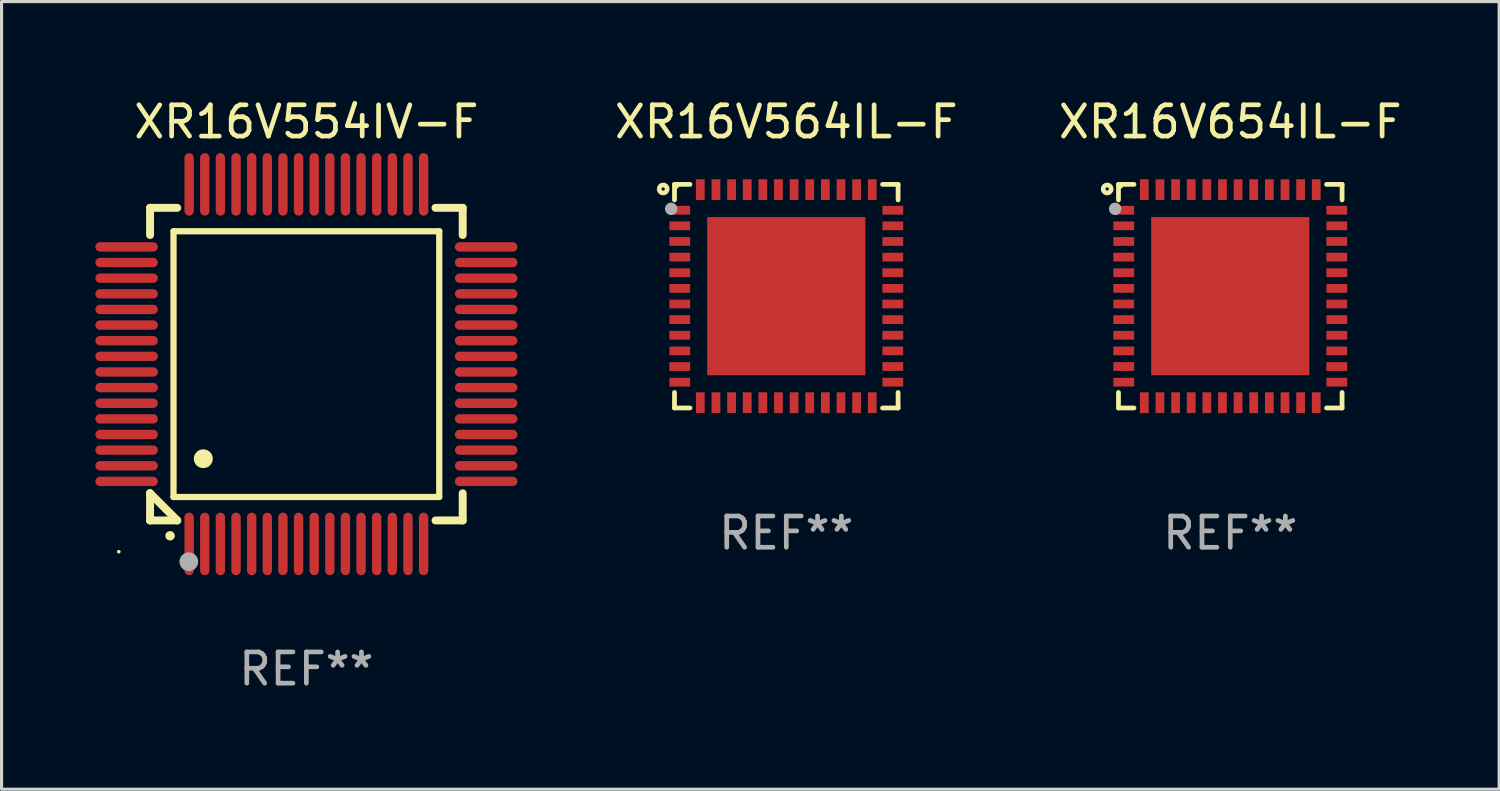
<source format=kicad_pcb>
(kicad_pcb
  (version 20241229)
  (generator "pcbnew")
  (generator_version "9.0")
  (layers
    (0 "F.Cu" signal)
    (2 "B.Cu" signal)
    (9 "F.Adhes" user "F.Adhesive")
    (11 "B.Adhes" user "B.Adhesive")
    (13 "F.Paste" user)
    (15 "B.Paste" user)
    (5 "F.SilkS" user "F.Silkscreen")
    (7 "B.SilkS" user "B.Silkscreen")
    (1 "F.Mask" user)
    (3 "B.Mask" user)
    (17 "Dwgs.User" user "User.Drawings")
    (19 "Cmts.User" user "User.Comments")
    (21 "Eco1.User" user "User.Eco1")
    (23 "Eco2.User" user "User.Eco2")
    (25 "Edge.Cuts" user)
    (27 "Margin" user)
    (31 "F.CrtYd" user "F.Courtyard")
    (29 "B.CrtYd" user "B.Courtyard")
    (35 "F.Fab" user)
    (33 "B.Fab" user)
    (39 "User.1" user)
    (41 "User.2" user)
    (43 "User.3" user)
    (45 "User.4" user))
  (footprint "XR16V564IL-F"
    (layer "F.Cu")
    (at 22.101 6.424)
    (property "Reference" "XR16V564IL-F" (at 0 -5.576 0) (layer "F.SilkS") (effects (font (size 1 1) (thickness 0.15))))
    (attr through_hole)
    (fp_line (start -3.576 -3.576) (end -3.576 -3.08) (stroke (width 0.152) (type solid)) (layer "F.SilkS"))
    (fp_line (start -3.576 3.576) (end -3.576 3.08) (stroke (width 0.152) (type solid)) (layer "F.SilkS"))
    (fp_line (start -3.08 -3.576) (end -3.576 -3.576) (stroke (width 0.152) (type solid)) (layer "F.SilkS"))
    (fp_line (start -3.08 3.576) (end -3.576 3.576) (stroke (width 0.152) (type solid)) (layer "F.SilkS"))
    (fp_line (start 3.08 -3.576) (end 3.576 -3.576) (stroke (width 0.152) (type solid)) (layer "F.SilkS"))
    (fp_line (start 3.08 3.576) (end 3.576 3.576) (stroke (width 0.152) (type solid)) (layer "F.SilkS"))
    (fp_line (start 3.576 -3.576) (end 3.576 -3.08) (stroke (width 0.152) (type solid)) (layer "F.SilkS"))
    (fp_line (start 3.576 3.576) (end 3.576 3.08) (stroke (width 0.152) (type solid)) (layer "F.SilkS"))
    (fp_circle (center -3.937 -3.429) (end -3.81 -3.429) (stroke (width 0.15) (type solid)) (fill no) (layer "F.SilkS"))
    (fp_circle (center -3.5 -3.5) (end -3.47 -3.5) (stroke (width 0.06) (type solid)) (fill no) (layer "F.SilkS"))
    (fp_circle (center -3.683 -2.794) (end -3.583 -2.794) (stroke (width 0.2) (type solid)) (fill no) (layer "F.Fab"))
    (fp_text user "REF**" (at 0 7.576 0) (layer "F.Fab") (effects (font (size 1 1) (thickness 0.15))))
    (pad "1" smd rect (at -3.407 -2.75) (size 0.665 0.28) (layers "F.Cu" "F.Mask" "F.Paste"))
    (pad "2" smd rect (at -3.407 -2.25) (size 0.665 0.28) (layers "F.Cu" "F.Mask" "F.Paste"))
    (pad "3" smd rect (at -3.407 -1.75) (size 0.665 0.28) (layers "F.Cu" "F.Mask" "F.Paste"))
    (pad "4" smd rect (at -3.407 -1.25) (size 0.665 0.28) (layers "F.Cu" "F.Mask" "F.Paste"))
    (pad "5" smd rect (at -3.407 -0.75) (size 0.665 0.28) (layers "F.Cu" "F.Mask" "F.Paste"))
    (pad "6" smd rect (at -3.407 -0.25) (size 0.665 0.28) (layers "F.Cu" "F.Mask" "F.Paste"))
    (pad "7" smd rect (at -3.407 0.25) (size 0.665 0.28) (layers "F.Cu" "F.Mask" "F.Paste"))
    (pad "8" smd rect (at -3.407 0.75) (size 0.665 0.28) (layers "F.Cu" "F.Mask" "F.Paste"))
    (pad "9" smd rect (at -3.407 1.25) (size 0.665 0.28) (layers "F.Cu" "F.Mask" "F.Paste"))
    (pad "10" smd rect (at -3.407 1.75) (size 0.665 0.28) (layers "F.Cu" "F.Mask" "F.Paste"))
    (pad "11" smd rect (at -3.407 2.25) (size 0.665 0.28) (layers "F.Cu" "F.Mask" "F.Paste"))
    (pad "12" smd rect (at -3.407 2.75) (size 0.665 0.28) (layers "F.Cu" "F.Mask" "F.Paste"))
    (pad "13" smd rect (at -2.75 3.407) (size 0.28 0.665) (layers "F.Cu" "F.Mask" "F.Paste"))
    (pad "14" smd rect (at -2.25 3.407) (size 0.28 0.665) (layers "F.Cu" "F.Mask" "F.Paste"))
    (pad "15" smd rect (at -1.75 3.407) (size 0.28 0.665) (layers "F.Cu" "F.Mask" "F.Paste"))
    (pad "16" smd rect (at -1.25 3.407) (size 0.28 0.665) (layers "F.Cu" "F.Mask" "F.Paste"))
    (pad "17" smd rect (at -0.75 3.407) (size 0.28 0.665) (layers "F.Cu" "F.Mask" "F.Paste"))
    (pad "18" smd rect (at -0.25 3.407) (size 0.28 0.665) (layers "F.Cu" "F.Mask" "F.Paste"))
    (pad "19" smd rect (at 0.25 3.407) (size 0.28 0.665) (layers "F.Cu" "F.Mask" "F.Paste"))
    (pad "20" smd rect (at 0.75 3.407) (size 0.28 0.665) (layers "F.Cu" "F.Mask" "F.Paste"))
    (pad "21" smd rect (at 1.25 3.407) (size 0.28 0.665) (layers "F.Cu" "F.Mask" "F.Paste"))
    (pad "22" smd rect (at 1.75 3.407) (size 0.28 0.665) (layers "F.Cu" "F.Mask" "F.Paste"))
    (pad "23" smd rect (at 2.25 3.407) (size 0.28 0.665) (layers "F.Cu" "F.Mask" "F.Paste"))
    (pad "24" smd rect (at 2.75 3.407) (size 0.28 0.665) (layers "F.Cu" "F.Mask" "F.Paste"))
    (pad "25" smd rect (at 3.407 2.75) (size 0.665 0.28) (layers "F.Cu" "F.Mask" "F.Paste"))
    (pad "26" smd rect (at 3.407 2.25) (size 0.665 0.28) (layers "F.Cu" "F.Mask" "F.Paste"))
    (pad "27" smd rect (at 3.407 1.75) (size 0.665 0.28) (layers "F.Cu" "F.Mask" "F.Paste"))
    (pad "28" smd rect (at 3.407 1.25) (size 0.665 0.28) (layers "F.Cu" "F.Mask" "F.Paste"))
    (pad "29" smd rect (at 3.407 0.75) (size 0.665 0.28) (layers "F.Cu" "F.Mask" "F.Paste"))
    (pad "30" smd rect (at 3.407 0.25) (size 0.665 0.28) (layers "F.Cu" "F.Mask" "F.Paste"))
    (pad "31" smd rect (at 3.407 -0.25) (size 0.665 0.28) (layers "F.Cu" "F.Mask" "F.Paste"))
    (pad "32" smd rect (at 3.407 -0.75) (size 0.665 0.28) (layers "F.Cu" "F.Mask" "F.Paste"))
    (pad "33" smd rect (at 3.407 -1.25) (size 0.665 0.28) (layers "F.Cu" "F.Mask" "F.Paste"))
    (pad "34" smd rect (at 3.407 -1.75) (size 0.665 0.28) (layers "F.Cu" "F.Mask" "F.Paste"))
    (pad "35" smd rect (at 3.407 -2.25) (size 0.665 0.28) (layers "F.Cu" "F.Mask" "F.Paste"))
    (pad "36" smd rect (at 3.407 -2.75) (size 0.665 0.28) (layers "F.Cu" "F.Mask" "F.Paste"))
    (pad "37" smd rect (at 2.75 -3.407) (size 0.28 0.665) (layers "F.Cu" "F.Mask" "F.Paste"))
    (pad "38" smd rect (at 2.25 -3.407) (size 0.28 0.665) (layers "F.Cu" "F.Mask" "F.Paste"))
    (pad "39" smd rect (at 1.75 -3.407) (size 0.28 0.665) (layers "F.Cu" "F.Mask" "F.Paste"))
    (pad "40" smd rect (at 1.25 -3.407) (size 0.28 0.665) (layers "F.Cu" "F.Mask" "F.Paste"))
    (pad "41" smd rect (at 0.75 -3.407) (size 0.28 0.665) (layers "F.Cu" "F.Mask" "F.Paste"))
    (pad "42" smd rect (at 0.25 -3.407) (size 0.28 0.665) (layers "F.Cu" "F.Mask" "F.Paste"))
    (pad "43" smd rect (at -0.25 -3.407) (size 0.28 0.665) (layers "F.Cu" "F.Mask" "F.Paste"))
    (pad "44" smd rect (at -0.75 -3.407) (size 0.28 0.665) (layers "F.Cu" "F.Mask" "F.Paste"))
    (pad "45" smd rect (at -1.25 -3.407) (size 0.28 0.665) (layers "F.Cu" "F.Mask" "F.Paste"))
    (pad "46" smd rect (at -1.75 -3.407) (size 0.28 0.665) (layers "F.Cu" "F.Mask" "F.Paste"))
    (pad "47" smd rect (at -2.25 -3.407) (size 0.28 0.665) (layers "F.Cu" "F.Mask" "F.Paste"))
    (pad "48" smd rect (at -2.75 -3.407) (size 0.28 0.665) (layers "F.Cu" "F.Mask" "F.Paste"))
    (pad "49" smd rect (at 0 0) (size 5.06 5.06) (layers "F.Cu" "F.Mask" "F.Paste")))
  (footprint "XR16V554IV-F"
    (layer "F.Cu")
    (at 6.75 8.598)
    (property "Reference" "XR16V554IV-F" (at 0 -7.75 0) (layer "F.SilkS") (effects (font (size 1 1) (thickness 0.15))))
    (attr through_hole)
    (fp_line (start -5 -5) (end -4.131 -5) (stroke (width 0.254) (type solid)) (layer "F.SilkS"))
    (fp_line (start -5 -4.131) (end -5 -5) (stroke (width 0.254) (type solid)) (layer "F.SilkS"))
    (fp_line (start -5 4.131) (end -5 4.131) (stroke (width 0.254) (type solid)) (layer "F.SilkS"))
    (fp_line (start -5 5) (end -5 4.131) (stroke (width 0.254) (type solid)) (layer "F.SilkS"))
    (fp_line (start -5 4.131) (end -4.131 5) (stroke (width 0.254) (type solid)) (layer "F.SilkS"))
    (fp_line (start -4.25 -4.25) (end -4.25 4.25) (stroke (width 0.2) (type solid)) (layer "F.SilkS"))
    (fp_line (start -4.25 4.25) (end 4.25 4.25) (stroke (width 0.2) (type solid)) (layer "F.SilkS"))
    (fp_line (start -4.131 5) (end -5 5) (stroke (width 0.254) (type solid)) (layer "F.SilkS"))
    (fp_line (start 4.25 -4.25) (end -4.25 -4.25) (stroke (width 0.2) (type solid)) (layer "F.SilkS"))
    (fp_line (start 4.25 4.25) (end 4.25 -4.25) (stroke (width 0.2) (type solid)) (layer "F.SilkS"))
    (fp_line (start 5 -5) (end 4.131 -5) (stroke (width 0.254) (type solid)) (layer "F.SilkS"))
    (fp_line (start 5 -5) (end 5 -4.131) (stroke (width 0.254) (type solid)) (layer "F.SilkS"))
    (fp_line (start 5 4.131) (end 5 5) (stroke (width 0.254) (type solid)) (layer "F.SilkS"))
    (fp_line (start 5 5) (end 4.131 5) (stroke (width 0.254) (type solid)) (layer "F.SilkS"))
    (fp_arc (start -4.361265 5.489992) (mid -4.359995 5.489987) (end -4.358725 5.489992) (stroke (width 0.3) (type solid)) (layer "F.SilkS"))
    (fp_arc (start -3.299467 3.025146) (mid -3.296927 3.025135) (end -3.294387 3.025146) (stroke (width 0.6) (type solid)) (layer "F.SilkS"))
    (fp_circle (center -6 6) (end -5.97 6) (stroke (width 0.06) (type solid)) (fill no) (layer "F.SilkS"))
    (fp_circle (center -3.76 6.32) (end -3.61 6.32) (stroke (width 0.3) (type solid)) (fill no) (layer "F.Fab"))
    (fp_text user "REF**" (at 0 9.75 0) (layer "F.Fab") (effects (font (size 1 1) (thickness 0.15))))
    (pad "1" smd oval (at -3.75 5.75) (size 0.3 2) (layers "F.Cu" "F.Mask" "F.Paste"))
    (pad "2" smd oval (at -3.25 5.75) (size 0.3 2) (layers "F.Cu" "F.Mask" "F.Paste"))
    (pad "3" smd oval (at -2.75 5.75) (size 0.3 2) (layers "F.Cu" "F.Mask" "F.Paste"))
    (pad "4" smd oval (at -2.25 5.75) (size 0.3 2) (layers "F.Cu" "F.Mask" "F.Paste"))
    (pad "5" smd oval (at -1.75 5.75) (size 0.3 2) (layers "F.Cu" "F.Mask" "F.Paste"))
    (pad "6" smd oval (at -1.25 5.75) (size 0.3 2) (layers "F.Cu" "F.Mask" "F.Paste"))
    (pad "7" smd oval (at -0.75 5.75) (size 0.3 2) (layers "F.Cu" "F.Mask" "F.Paste"))
    (pad "8" smd oval (at -0.25 5.75) (size 0.3 2) (layers "F.Cu" "F.Mask" "F.Paste"))
    (pad "9" smd oval (at 0.25 5.75) (size 0.3 2) (layers "F.Cu" "F.Mask" "F.Paste"))
    (pad "10" smd oval (at 0.75 5.75) (size 0.3 2) (layers "F.Cu" "F.Mask" "F.Paste"))
    (pad "11" smd oval (at 1.25 5.75) (size 0.3 2) (layers "F.Cu" "F.Mask" "F.Paste"))
    (pad "12" smd oval (at 1.75 5.75) (size 0.3 2) (layers "F.Cu" "F.Mask" "F.Paste"))
    (pad "13" smd oval (at 2.25 5.75) (size 0.3 2) (layers "F.Cu" "F.Mask" "F.Paste"))
    (pad "14" smd oval (at 2.75 5.75) (size 0.3 2) (layers "F.Cu" "F.Mask" "F.Paste"))
    (pad "15" smd oval (at 3.25 5.75) (size 0.3 2) (layers "F.Cu" "F.Mask" "F.Paste"))
    (pad "16" smd oval (at 3.75 5.75) (size 0.3 2) (layers "F.Cu" "F.Mask" "F.Paste"))
    (pad "17" smd oval (at 5.75 3.75) (size 2 0.3) (layers "F.Cu" "F.Mask" "F.Paste"))
    (pad "18" smd oval (at 5.75 3.25) (size 2 0.3) (layers "F.Cu" "F.Mask" "F.Paste"))
    (pad "19" smd oval (at 5.75 2.75) (size 2 0.3) (layers "F.Cu" "F.Mask" "F.Paste"))
    (pad "20" smd oval (at 5.75 2.25) (size 2 0.3) (layers "F.Cu" "F.Mask" "F.Paste"))
    (pad "21" smd oval (at 5.75 1.75) (size 2 0.3) (layers "F.Cu" "F.Mask" "F.Paste"))
    (pad "22" smd oval (at 5.75 1.25) (size 2 0.3) (layers "F.Cu" "F.Mask" "F.Paste"))
    (pad "23" smd oval (at 5.75 0.75) (size 2 0.3) (layers "F.Cu" "F.Mask" "F.Paste"))
    (pad "24" smd oval (at 5.75 0.25) (size 2 0.3) (layers "F.Cu" "F.Mask" "F.Paste"))
    (pad "25" smd oval (at 5.75 -0.25) (size 2 0.3) (layers "F.Cu" "F.Mask" "F.Paste"))
    (pad "26" smd oval (at 5.75 -0.75) (size 2 0.3) (layers "F.Cu" "F.Mask" "F.Paste"))
    (pad "27" smd oval (at 5.75 -1.25) (size 2 0.3) (layers "F.Cu" "F.Mask" "F.Paste"))
    (pad "28" smd oval (at 5.75 -1.75) (size 2 0.3) (layers "F.Cu" "F.Mask" "F.Paste"))
    (pad "29" smd oval (at 5.75 -2.25) (size 2 0.3) (layers "F.Cu" "F.Mask" "F.Paste"))
    (pad "30" smd oval (at 5.75 -2.75) (size 2 0.3) (layers "F.Cu" "F.Mask" "F.Paste"))
    (pad "31" smd oval (at 5.75 -3.25) (size 2 0.3) (layers "F.Cu" "F.Mask" "F.Paste"))
    (pad "32" smd oval (at 5.75 -3.75) (size 2 0.3) (layers "F.Cu" "F.Mask" "F.Paste"))
    (pad "33" smd oval (at 3.75 -5.75) (size 0.3 2) (layers "F.Cu" "F.Mask" "F.Paste"))
    (pad "34" smd oval (at 3.25 -5.75) (size 0.3 2) (layers "F.Cu" "F.Mask" "F.Paste"))
    (pad "35" smd oval (at 2.75 -5.75) (size 0.3 2) (layers "F.Cu" "F.Mask" "F.Paste"))
    (pad "36" smd oval (at 2.25 -5.75) (size 0.3 2) (layers "F.Cu" "F.Mask" "F.Paste"))
    (pad "37" smd oval (at 1.75 -5.75) (size 0.3 2) (layers "F.Cu" "F.Mask" "F.Paste"))
    (pad "38" smd oval (at 1.25 -5.75) (size 0.3 2) (layers "F.Cu" "F.Mask" "F.Paste"))
    (pad "39" smd oval (at 0.75 -5.75) (size 0.3 2) (layers "F.Cu" "F.Mask" "F.Paste"))
    (pad "40" smd oval (at 0.25 -5.75) (size 0.3 2) (layers "F.Cu" "F.Mask" "F.Paste"))
    (pad "41" smd oval (at -0.25 -5.75) (size 0.3 2) (layers "F.Cu" "F.Mask" "F.Paste"))
    (pad "42" smd oval (at -0.75 -5.75) (size 0.3 2) (layers "F.Cu" "F.Mask" "F.Paste"))
    (pad "43" smd oval (at -1.25 -5.75) (size 0.3 2) (layers "F.Cu" "F.Mask" "F.Paste"))
    (pad "44" smd oval (at -1.75 -5.75) (size 0.3 2) (layers "F.Cu" "F.Mask" "F.Paste"))
    (pad "45" smd oval (at -2.25 -5.75) (size 0.3 2) (layers "F.Cu" "F.Mask" "F.Paste"))
    (pad "46" smd oval (at -2.75 -5.75) (size 0.3 2) (layers "F.Cu" "F.Mask" "F.Paste"))
    (pad "47" smd oval (at -3.25 -5.75) (size 0.3 2) (layers "F.Cu" "F.Mask" "F.Paste"))
    (pad "48" smd oval (at -3.75 -5.75) (size 0.3 2) (layers "F.Cu" "F.Mask" "F.Paste"))
    (pad "49" smd oval (at -5.75 -3.75) (size 2 0.3) (layers "F.Cu" "F.Mask" "F.Paste"))
    (pad "50" smd oval (at -5.75 -3.25) (size 2 0.3) (layers "F.Cu" "F.Mask" "F.Paste"))
    (pad "51" smd oval (at -5.75 -2.75) (size 2 0.3) (layers "F.Cu" "F.Mask" "F.Paste"))
    (pad "52" smd oval (at -5.75 -2.25) (size 2 0.3) (layers "F.Cu" "F.Mask" "F.Paste"))
    (pad "53" smd oval (at -5.75 -1.75) (size 2 0.3) (layers "F.Cu" "F.Mask" "F.Paste"))
    (pad "54" smd oval (at -5.75 -1.25) (size 2 0.3) (layers "F.Cu" "F.Mask" "F.Paste"))
    (pad "55" smd oval (at -5.75 -0.75) (size 2 0.3) (layers "F.Cu" "F.Mask" "F.Paste"))
    (pad "56" smd oval (at -5.75 -0.25) (size 2 0.3) (layers "F.Cu" "F.Mask" "F.Paste"))
    (pad "57" smd oval (at -5.75 0.25) (size 2 0.3) (layers "F.Cu" "F.Mask" "F.Paste"))
    (pad "58" smd oval (at -5.75 0.75) (size 2 0.3) (layers "F.Cu" "F.Mask" "F.Paste"))
    (pad "59" smd oval (at -5.75 1.25) (size 2 0.3) (layers "F.Cu" "F.Mask" "F.Paste"))
    (pad "60" smd oval (at -5.75 1.75) (size 2 0.3) (layers "F.Cu" "F.Mask" "F.Paste"))
    (pad "61" smd oval (at -5.75 2.25) (size 2 0.3) (layers "F.Cu" "F.Mask" "F.Paste"))
    (pad "62" smd oval (at -5.75 2.75) (size 2 0.3) (layers "F.Cu" "F.Mask" "F.Paste"))
    (pad "63" smd oval (at -5.75 3.25) (size 2 0.3) (layers "F.Cu" "F.Mask" "F.Paste"))
    (pad "64" smd oval (at -5.75 3.75) (size 2 0.3) (layers "F.Cu" "F.Mask" "F.Paste")))
  (footprint "XR16V654IL-F"
    (layer "F.Cu")
    (at 36.303 6.424)
    (property "Reference" "XR16V654IL-F" (at 0 -5.576 0) (layer "F.SilkS") (effects (font (size 1 1) (thickness 0.15))))
    (attr through_hole)
    (fp_line (start -3.576 -3.576) (end -3.576 -3.08) (stroke (width 0.152) (type solid)) (layer "F.SilkS"))
    (fp_line (start -3.576 3.576) (end -3.576 3.08) (stroke (width 0.152) (type solid)) (layer "F.SilkS"))
    (fp_line (start -3.08 -3.576) (end -3.576 -3.576) (stroke (width 0.152) (type solid)) (layer "F.SilkS"))
    (fp_line (start -3.08 3.576) (end -3.576 3.576) (stroke (width 0.152) (type solid)) (layer "F.SilkS"))
    (fp_line (start 3.08 -3.576) (end 3.576 -3.576) (stroke (width 0.152) (type solid)) (layer "F.SilkS"))
    (fp_line (start 3.08 3.576) (end 3.576 3.576) (stroke (width 0.152) (type solid)) (layer "F.SilkS"))
    (fp_line (start 3.576 -3.576) (end 3.576 -3.08) (stroke (width 0.152) (type solid)) (layer "F.SilkS"))
    (fp_line (start 3.576 3.576) (end 3.576 3.08) (stroke (width 0.152) (type solid)) (layer "F.SilkS"))
    (fp_circle (center -3.937 -3.429) (end -3.81 -3.429) (stroke (width 0.15) (type solid)) (fill no) (layer "F.SilkS"))
    (fp_circle (center -3.5 -3.5) (end -3.47 -3.5) (stroke (width 0.06) (type solid)) (fill no) (layer "F.SilkS"))
    (fp_circle (center -3.683 -2.794) (end -3.583 -2.794) (stroke (width 0.2) (type solid)) (fill no) (layer "F.Fab"))
    (fp_text user "REF**" (at 0 7.576 0) (layer "F.Fab") (effects (font (size 1 1) (thickness 0.15))))
    (pad "1" smd rect (at -3.407 -2.75) (size 0.665 0.28) (layers "F.Cu" "F.Mask" "F.Paste"))
    (pad "2" smd rect (at -3.407 -2.25) (size 0.665 0.28) (layers "F.Cu" "F.Mask" "F.Paste"))
    (pad "3" smd rect (at -3.407 -1.75) (size 0.665 0.28) (layers "F.Cu" "F.Mask" "F.Paste"))
    (pad "4" smd rect (at -3.407 -1.25) (size 0.665 0.28) (layers "F.Cu" "F.Mask" "F.Paste"))
    (pad "5" smd rect (at -3.407 -0.75) (size 0.665 0.28) (layers "F.Cu" "F.Mask" "F.Paste"))
    (pad "6" smd rect (at -3.407 -0.25) (size 0.665 0.28) (layers "F.Cu" "F.Mask" "F.Paste"))
    (pad "7" smd rect (at -3.407 0.25) (size 0.665 0.28) (layers "F.Cu" "F.Mask" "F.Paste"))
    (pad "8" smd rect (at -3.407 0.75) (size 0.665 0.28) (layers "F.Cu" "F.Mask" "F.Paste"))
    (pad "9" smd rect (at -3.407 1.25) (size 0.665 0.28) (layers "F.Cu" "F.Mask" "F.Paste"))
    (pad "10" smd rect (at -3.407 1.75) (size 0.665 0.28) (layers "F.Cu" "F.Mask" "F.Paste"))
    (pad "11" smd rect (at -3.407 2.25) (size 0.665 0.28) (layers "F.Cu" "F.Mask" "F.Paste"))
    (pad "12" smd rect (at -3.407 2.75) (size 0.665 0.28) (layers "F.Cu" "F.Mask" "F.Paste"))
    (pad "13" smd rect (at -2.75 3.407) (size 0.28 0.665) (layers "F.Cu" "F.Mask" "F.Paste"))
    (pad "14" smd rect (at -2.25 3.407) (size 0.28 0.665) (layers "F.Cu" "F.Mask" "F.Paste"))
    (pad "15" smd rect (at -1.75 3.407) (size 0.28 0.665) (layers "F.Cu" "F.Mask" "F.Paste"))
    (pad "16" smd rect (at -1.25 3.407) (size 0.28 0.665) (layers "F.Cu" "F.Mask" "F.Paste"))
    (pad "17" smd rect (at -0.75 3.407) (size 0.28 0.665) (layers "F.Cu" "F.Mask" "F.Paste"))
    (pad "18" smd rect (at -0.25 3.407) (size 0.28 0.665) (layers "F.Cu" "F.Mask" "F.Paste"))
    (pad "19" smd rect (at 0.25 3.407) (size 0.28 0.665) (layers "F.Cu" "F.Mask" "F.Paste"))
    (pad "20" smd rect (at 0.75 3.407) (size 0.28 0.665) (layers "F.Cu" "F.Mask" "F.Paste"))
    (pad "21" smd rect (at 1.25 3.407) (size 0.28 0.665) (layers "F.Cu" "F.Mask" "F.Paste"))
    (pad "22" smd rect (at 1.75 3.407) (size 0.28 0.665) (layers "F.Cu" "F.Mask" "F.Paste"))
    (pad "23" smd rect (at 2.25 3.407) (size 0.28 0.665) (layers "F.Cu" "F.Mask" "F.Paste"))
    (pad "24" smd rect (at 2.75 3.407) (size 0.28 0.665) (layers "F.Cu" "F.Mask" "F.Paste"))
    (pad "25" smd rect (at 3.407 2.75) (size 0.665 0.28) (layers "F.Cu" "F.Mask" "F.Paste"))
    (pad "26" smd rect (at 3.407 2.25) (size 0.665 0.28) (layers "F.Cu" "F.Mask" "F.Paste"))
    (pad "27" smd rect (at 3.407 1.75) (size 0.665 0.28) (layers "F.Cu" "F.Mask" "F.Paste"))
    (pad "28" smd rect (at 3.407 1.25) (size 0.665 0.28) (layers "F.Cu" "F.Mask" "F.Paste"))
    (pad "29" smd rect (at 3.407 0.75) (size 0.665 0.28) (layers "F.Cu" "F.Mask" "F.Paste"))
    (pad "30" smd rect (at 3.407 0.25) (size 0.665 0.28) (layers "F.Cu" "F.Mask" "F.Paste"))
    (pad "31" smd rect (at 3.407 -0.25) (size 0.665 0.28) (layers "F.Cu" "F.Mask" "F.Paste"))
    (pad "32" smd rect (at 3.407 -0.75) (size 0.665 0.28) (layers "F.Cu" "F.Mask" "F.Paste"))
    (pad "33" smd rect (at 3.407 -1.25) (size 0.665 0.28) (layers "F.Cu" "F.Mask" "F.Paste"))
    (pad "34" smd rect (at 3.407 -1.75) (size 0.665 0.28) (layers "F.Cu" "F.Mask" "F.Paste"))
    (pad "35" smd rect (at 3.407 -2.25) (size 0.665 0.28) (layers "F.Cu" "F.Mask" "F.Paste"))
    (pad "36" smd rect (at 3.407 -2.75) (size 0.665 0.28) (layers "F.Cu" "F.Mask" "F.Paste"))
    (pad "37" smd rect (at 2.75 -3.407) (size 0.28 0.665) (layers "F.Cu" "F.Mask" "F.Paste"))
    (pad "38" smd rect (at 2.25 -3.407) (size 0.28 0.665) (layers "F.Cu" "F.Mask" "F.Paste"))
    (pad "39" smd rect (at 1.75 -3.407) (size 0.28 0.665) (layers "F.Cu" "F.Mask" "F.Paste"))
    (pad "40" smd rect (at 1.25 -3.407) (size 0.28 0.665) (layers "F.Cu" "F.Mask" "F.Paste"))
    (pad "41" smd rect (at 0.75 -3.407) (size 0.28 0.665) (layers "F.Cu" "F.Mask" "F.Paste"))
    (pad "42" smd rect (at 0.25 -3.407) (size 0.28 0.665) (layers "F.Cu" "F.Mask" "F.Paste"))
    (pad "43" smd rect (at -0.25 -3.407) (size 0.28 0.665) (layers "F.Cu" "F.Mask" "F.Paste"))
    (pad "44" smd rect (at -0.75 -3.407) (size 0.28 0.665) (layers "F.Cu" "F.Mask" "F.Paste"))
    (pad "45" smd rect (at -1.25 -3.407) (size 0.28 0.665) (layers "F.Cu" "F.Mask" "F.Paste"))
    (pad "46" smd rect (at -1.75 -3.407) (size 0.28 0.665) (layers "F.Cu" "F.Mask" "F.Paste"))
    (pad "47" smd rect (at -2.25 -3.407) (size 0.28 0.665) (layers "F.Cu" "F.Mask" "F.Paste"))
    (pad "48" smd rect (at -2.75 -3.407) (size 0.28 0.665) (layers "F.Cu" "F.Mask" "F.Paste"))
    (pad "49" smd rect (at 0 0) (size 5.06 5.06) (layers "F.Cu" "F.Mask" "F.Paste")))
  (gr_rect
    (start -3 -3)
    (end 44.904 22.196)
    (stroke (width 0.1) (type default))
    (fill no)
    (layer "Edge.Cuts")))
</source>
